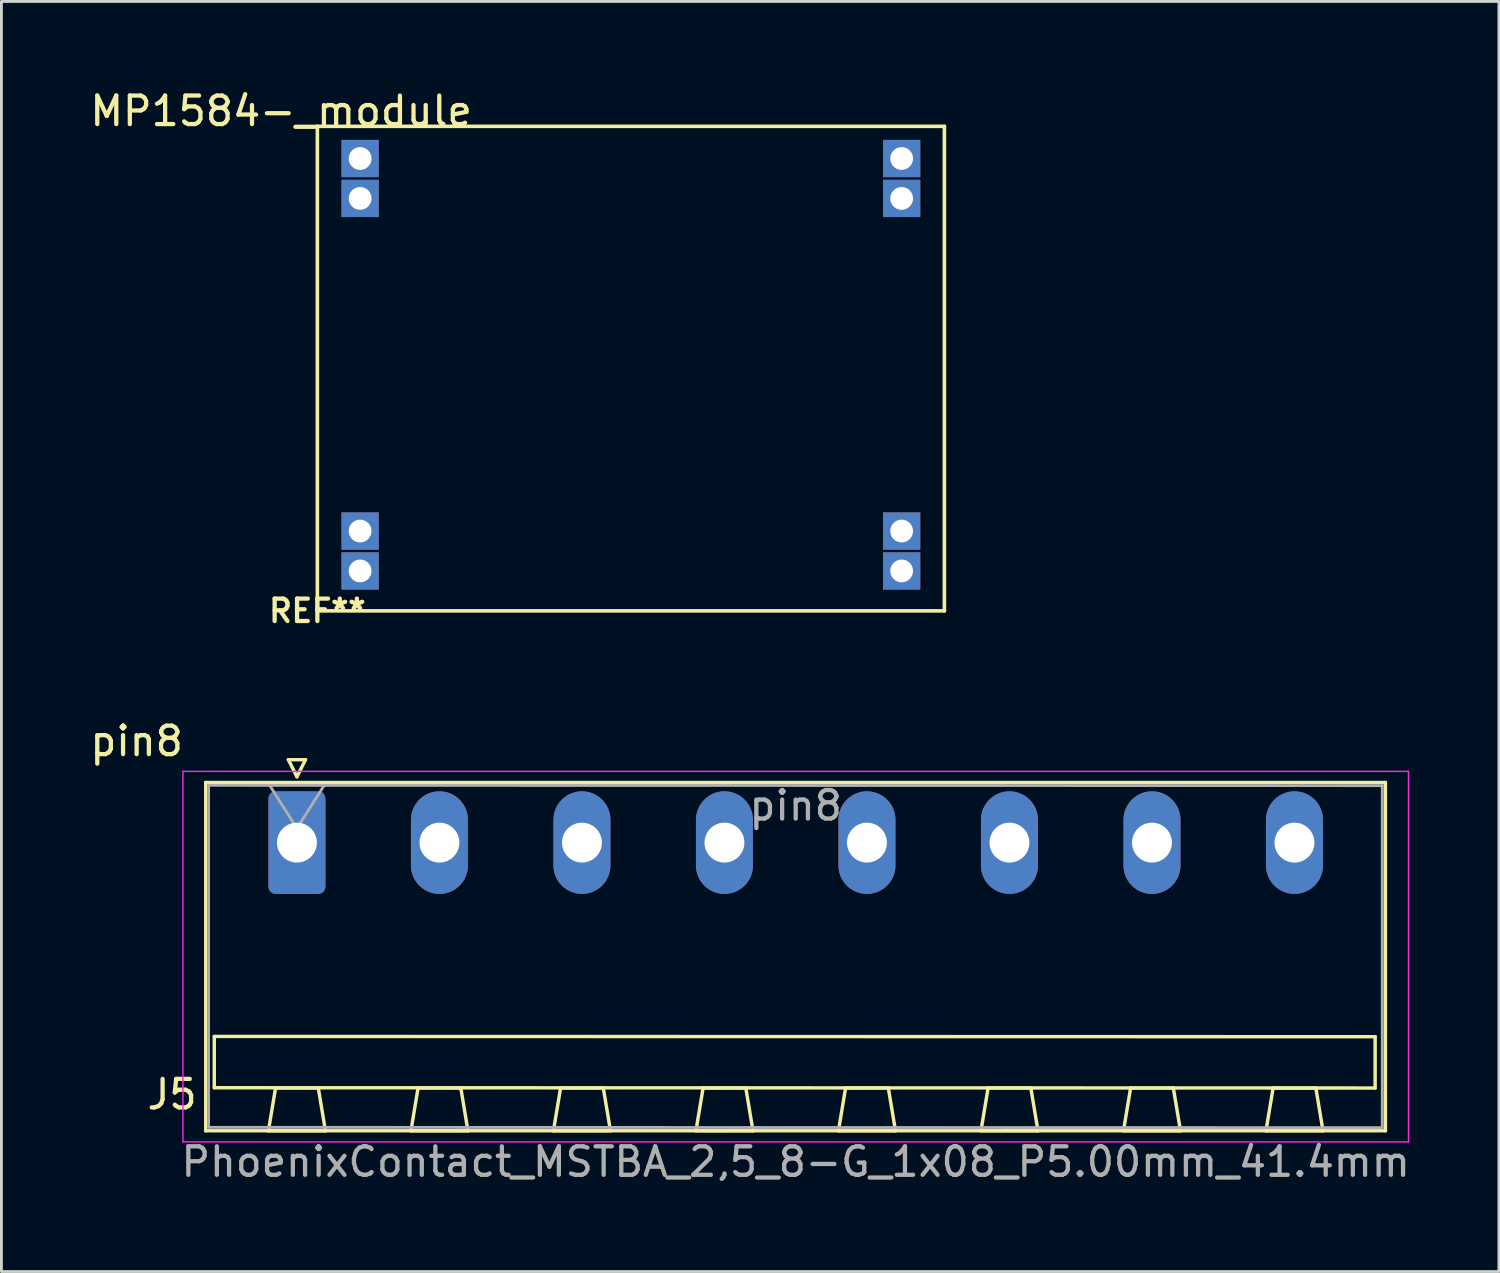
<source format=kicad_pcb>
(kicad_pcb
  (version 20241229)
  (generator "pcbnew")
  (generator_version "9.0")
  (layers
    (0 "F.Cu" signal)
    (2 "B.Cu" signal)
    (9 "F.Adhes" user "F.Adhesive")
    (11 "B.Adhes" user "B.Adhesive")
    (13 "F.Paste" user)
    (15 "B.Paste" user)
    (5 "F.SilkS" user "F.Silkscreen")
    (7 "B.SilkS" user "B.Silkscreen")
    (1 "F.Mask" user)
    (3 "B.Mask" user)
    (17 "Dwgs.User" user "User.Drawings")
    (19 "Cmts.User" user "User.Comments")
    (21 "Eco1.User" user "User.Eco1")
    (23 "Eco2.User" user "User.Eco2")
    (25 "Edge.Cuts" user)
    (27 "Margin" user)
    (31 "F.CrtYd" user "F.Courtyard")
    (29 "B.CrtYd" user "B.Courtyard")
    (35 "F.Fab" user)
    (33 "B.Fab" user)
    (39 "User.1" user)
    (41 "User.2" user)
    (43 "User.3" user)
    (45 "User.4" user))
  (footprint "MP1584-_module"
    (layer "F.Cu")
    (at 6.815 0.348)
    (property "Reference" "MP1584-_module" (at 0 0.5 0) (layer "F.SilkS") (effects (font (size 1 1) (thickness 0.15))))
    (attr through_hole)
    (fp_line (start 1.27 1.034) (end 23.27 1.034) (stroke (width 0.127) (type solid)) (layer "F.SilkS"))
    (fp_line (start 1.27 18.034) (end 1.27 1.034) (stroke (width 0.127) (type solid)) (layer "F.SilkS"))
    (fp_line (start 1.27 18.034) (end 23.27 18.034) (stroke (width 0.127) (type solid)) (layer "F.SilkS"))
    (fp_line (start 23.27 1.034) (end 23.27 18.034) (stroke (width 0.127) (type solid)) (layer "F.SilkS"))
    (fp_text user "REF**" (at 1.27 18.034 0) (layer "F.SilkS") (effects (font (size 0.787 0.787) (thickness 0.15))))
    (pad "1" thru_hole rect (at 2.77 2.164) (size 1.308 1.308) (drill 0.8) (layers "*.Cu" "*.Mask"))
    (pad "2" thru_hole rect (at 2.77 3.564) (size 1.308 1.308) (drill 0.8) (layers "*.Cu" "*.Mask"))
    (pad "3" thru_hole rect (at 2.77 15.234) (size 1.308 1.308) (drill 0.8) (layers "*.Cu" "*.Mask"))
    (pad "4" thru_hole rect (at 2.77 16.634) (size 1.308 1.308) (drill 0.8) (layers "*.Cu" "*.Mask"))
    (pad "5" thru_hole rect (at 21.77 2.164) (size 1.308 1.308) (drill 0.8) (layers "*.Cu" "*.Mask"))
    (pad "6" thru_hole rect (at 21.77 3.564) (size 1.308 1.308) (drill 0.8) (layers "*.Cu" "*.Mask"))
    (pad "7" thru_hole rect (at 21.77 15.234) (size 1.308 1.308) (drill 0.8) (layers "*.Cu" "*.Mask"))
    (pad "8" thru_hole rect (at 21.77 16.634) (size 1.308 1.308) (drill 0.8) (layers "*.Cu" "*.Mask")))
  (footprint "pin8"
    (layer "F.Cu")
    (at 1.744 22.454)
    (property "Reference" "pin8" (at 0 0.5 0) (layer "F.SilkS") (effects (font (size 1 1) (thickness 0.15))))
    (attr through_hole)
    (fp_line (start 2.424 1.95) (end 2.424 14.17) (stroke (width 0.12) (type solid)) (layer "F.SilkS"))
    (fp_line (start 2.424 14.17) (end 43.814 14.17) (stroke (width 0.12) (type solid)) (layer "F.SilkS"))
    (fp_line (start 2.724 10.86) (end 43.454 10.87) (stroke (width 0.12) (type solid)) (layer "F.SilkS"))
    (fp_line (start 2.724 12.66) (end 2.724 10.86) (stroke (width 0.12) (type solid)) (layer "F.SilkS"))
    (fp_line (start 4.624 14.17) (end 6.624 14.17) (stroke (width 0.12) (type solid)) (layer "F.SilkS"))
    (fp_line (start 4.874 12.67) (end 4.624 14.17) (stroke (width 0.12) (type solid)) (layer "F.SilkS"))
    (fp_line (start 5.324 1.15) (end 5.924 1.15) (stroke (width 0.12) (type solid)) (layer "F.SilkS"))
    (fp_line (start 5.624 1.75) (end 5.324 1.15) (stroke (width 0.12) (type solid)) (layer "F.SilkS"))
    (fp_line (start 5.924 1.15) (end 5.624 1.75) (stroke (width 0.12) (type solid)) (layer "F.SilkS"))
    (fp_line (start 6.374 12.67) (end 4.874 12.67) (stroke (width 0.12) (type solid)) (layer "F.SilkS"))
    (fp_line (start 6.624 14.17) (end 6.374 12.67) (stroke (width 0.12) (type solid)) (layer "F.SilkS"))
    (fp_line (start 9.624 14.17) (end 11.624 14.17) (stroke (width 0.12) (type solid)) (layer "F.SilkS"))
    (fp_line (start 9.874 12.67) (end 9.624 14.17) (stroke (width 0.12) (type solid)) (layer "F.SilkS"))
    (fp_line (start 11.374 12.67) (end 9.874 12.67) (stroke (width 0.12) (type solid)) (layer "F.SilkS"))
    (fp_line (start 11.624 14.17) (end 11.374 12.67) (stroke (width 0.12) (type solid)) (layer "F.SilkS"))
    (fp_line (start 14.624 14.17) (end 16.624 14.17) (stroke (width 0.12) (type solid)) (layer "F.SilkS"))
    (fp_line (start 14.874 12.67) (end 14.624 14.17) (stroke (width 0.12) (type solid)) (layer "F.SilkS"))
    (fp_line (start 16.374 12.67) (end 14.874 12.67) (stroke (width 0.12) (type solid)) (layer "F.SilkS"))
    (fp_line (start 16.624 14.17) (end 16.374 12.67) (stroke (width 0.12) (type solid)) (layer "F.SilkS"))
    (fp_line (start 19.624 14.17) (end 21.624 14.17) (stroke (width 0.12) (type solid)) (layer "F.SilkS"))
    (fp_line (start 19.874 12.67) (end 19.624 14.17) (stroke (width 0.12) (type solid)) (layer "F.SilkS"))
    (fp_line (start 21.374 12.67) (end 19.874 12.67) (stroke (width 0.12) (type solid)) (layer "F.SilkS"))
    (fp_line (start 21.624 14.17) (end 21.374 12.67) (stroke (width 0.12) (type solid)) (layer "F.SilkS"))
    (fp_line (start 24.624 14.17) (end 26.624 14.17) (stroke (width 0.12) (type solid)) (layer "F.SilkS"))
    (fp_line (start 24.874 12.67) (end 24.624 14.17) (stroke (width 0.12) (type solid)) (layer "F.SilkS"))
    (fp_line (start 26.374 12.67) (end 24.874 12.67) (stroke (width 0.12) (type solid)) (layer "F.SilkS"))
    (fp_line (start 26.624 14.17) (end 26.374 12.67) (stroke (width 0.12) (type solid)) (layer "F.SilkS"))
    (fp_line (start 29.624 14.17) (end 31.624 14.17) (stroke (width 0.12) (type solid)) (layer "F.SilkS"))
    (fp_line (start 29.874 12.67) (end 29.624 14.17) (stroke (width 0.12) (type solid)) (layer "F.SilkS"))
    (fp_line (start 31.374 12.67) (end 29.874 12.67) (stroke (width 0.12) (type solid)) (layer "F.SilkS"))
    (fp_line (start 31.624 14.17) (end 31.374 12.67) (stroke (width 0.12) (type solid)) (layer "F.SilkS"))
    (fp_line (start 34.624 14.17) (end 36.624 14.17) (stroke (width 0.12) (type solid)) (layer "F.SilkS"))
    (fp_line (start 34.874 12.67) (end 34.624 14.17) (stroke (width 0.12) (type solid)) (layer "F.SilkS"))
    (fp_line (start 36.374 12.67) (end 34.874 12.67) (stroke (width 0.12) (type solid)) (layer "F.SilkS"))
    (fp_line (start 36.624 14.17) (end 36.374 12.67) (stroke (width 0.12) (type solid)) (layer "F.SilkS"))
    (fp_line (start 39.624 14.17) (end 41.624 14.17) (stroke (width 0.12) (type solid)) (layer "F.SilkS"))
    (fp_line (start 39.874 12.67) (end 39.624 14.17) (stroke (width 0.12) (type solid)) (layer "F.SilkS"))
    (fp_line (start 41.374 12.67) (end 39.874 12.67) (stroke (width 0.12) (type solid)) (layer "F.SilkS"))
    (fp_line (start 41.624 14.17) (end 41.374 12.67) (stroke (width 0.12) (type solid)) (layer "F.SilkS"))
    (fp_line (start 43.454 10.87) (end 43.454 12.67) (stroke (width 0.12) (type solid)) (layer "F.SilkS"))
    (fp_line (start 43.454 12.67) (end 2.724 12.66) (stroke (width 0.12) (type solid)) (layer "F.SilkS"))
    (fp_line (start 43.814 1.95) (end 2.424 1.95) (stroke (width 0.12) (type solid)) (layer "F.SilkS"))
    (fp_line (start 43.814 14.17) (end 43.814 1.95) (stroke (width 0.12) (type solid)) (layer "F.SilkS"))
    (fp_line (start 1.624 1.56) (end 1.624 14.56) (stroke (width 0.05) (type solid)) (layer "F.CrtYd"))
    (fp_line (start 1.624 14.56) (end 44.624 14.56) (stroke (width 0.05) (type solid)) (layer "F.CrtYd"))
    (fp_line (start 44.624 1.56) (end 1.624 1.56) (stroke (width 0.05) (type solid)) (layer "F.CrtYd"))
    (fp_line (start 44.624 14.56) (end 44.624 1.56) (stroke (width 0.05) (type solid)) (layer "F.CrtYd"))
    (fp_line (start 2.524 2.05) (end 2.524 14.05) (stroke (width 0.1) (type solid)) (layer "F.Fab"))
    (fp_line (start 2.524 14.05) (end 43.704 14.06) (stroke (width 0.1) (type solid)) (layer "F.Fab"))
    (fp_line (start 5.624 3.56) (end 4.674 2.06) (stroke (width 0.1) (type solid)) (layer "F.Fab"))
    (fp_line (start 6.574 2.06) (end 5.624 3.56) (stroke (width 0.1) (type solid)) (layer "F.Fab"))
    (fp_line (start 43.704 2.06) (end 2.524 2.05) (stroke (width 0.1) (type solid)) (layer "F.Fab"))
    (fp_line (start 43.704 14.06) (end 43.704 2.06) (stroke (width 0.1) (type solid)) (layer "F.Fab"))
    (fp_text user "J5" (at 1.244 12.895 180) (layer "F.SilkS") (effects (font (size 1 1) (thickness 0.15))))
    (fp_text user "${REFERENCE}" (at 23.124 2.76 180) (layer "F.Fab") (effects (font (size 1 1) (thickness 0.15))))
    (fp_text user "PhoenixContact_MSTBA_2,5_8-G_1x08_P5.00mm_41.4mm" (at 23.124 15.26 180) (layer "F.Fab") (effects (font (size 1 1) (thickness 0.15))))
    (pad "1" thru_hole roundrect (at 5.624 4.06) (size 2 3.6) (drill 1.4) (layers "*.Cu" "*.Mask") (roundrect_rratio 0.125))
    (pad "2" thru_hole oval (at 10.624 4.06) (size 2 3.6) (drill 1.4) (layers "*.Cu" "*.Mask"))
    (pad "3" thru_hole oval (at 15.624 4.06) (size 2 3.6) (drill 1.4) (layers "*.Cu" "*.Mask"))
    (pad "4" thru_hole oval (at 20.624 4.06) (size 2 3.6) (drill 1.4) (layers "*.Cu" "*.Mask"))
    (pad "5" thru_hole oval (at 25.624 4.06) (size 2 3.6) (drill 1.4) (layers "*.Cu" "*.Mask"))
    (pad "6" thru_hole oval (at 30.624 4.06) (size 2 3.6) (drill 1.4) (layers "*.Cu" "*.Mask"))
    (pad "7" thru_hole oval (at 35.624 4.06) (size 2 3.6) (drill 1.4) (layers "*.Cu" "*.Mask"))
    (pad "8" thru_hole oval (at 40.624 4.06) (size 2 3.6) (drill 1.4) (layers "*.Cu" "*.Mask")))
  (gr_rect
    (start -3 -3)
    (end 49.541 41.563)
    (stroke (width 0.1) (type default))
    (fill no)
    (layer "Edge.Cuts")))
</source>
